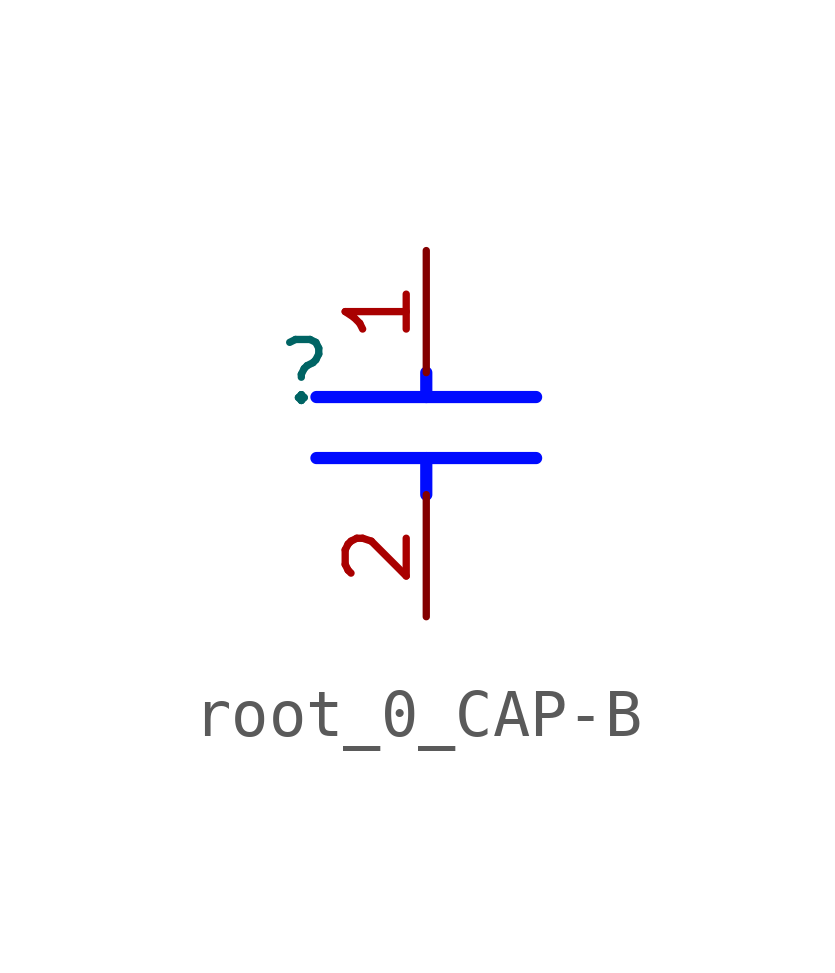
<source format=kicad_sym>
(kicad_symbol_lib
  (version 20231120)
  (generator "kicad_symbol_editor")
  (generator_version "8.0")
  (symbol "root_0_CAP-B"
    (property "Reference" ""
      (at 0 0 0)
      (effects (font (size 1.27 1.27))))
    (property "Value" ""
      (at 0 0 0)
      (effects (font (size 1.27 1.27))))
    (symbol "root_0_CAP-B_1_0"
      (polyline (pts (xy 0.254 -1.778) (xy 4.826 -1.778)) (stroke (width 0.254) (type solid) (color 0 11 255 1)) (fill (type none)))
      (polyline (pts (xy 0.254 -0.508) (xy 4.826 -0.508)) (stroke (width 0.254) (type solid) (color 0 11 255 1)) (fill (type none)))
      (polyline (pts (xy 2.54 -2.54) (xy 2.54 -1.778)) (stroke (width 0.254) (type solid) (color 0 11 255 1)) (fill (type none)))
      (polyline (pts (xy 2.54 0) (xy 2.54 -0.508)) (stroke (width 0.254) (type solid) (color 0 11 255 1)) (fill (type none)))
      (pin passive line (at 2.54 2.54 270) (length 2.54) (name "1" (effects (font (size 0 0)))) (number "1" (effects (font (size 1.27 1.27)))))
      (pin passive line (at 2.54 -5.08 90) (length 2.54) (name "2" (effects (font (size 0 0)))) (number "2" (effects (font (size 1.27 1.27))))))))
</source>
